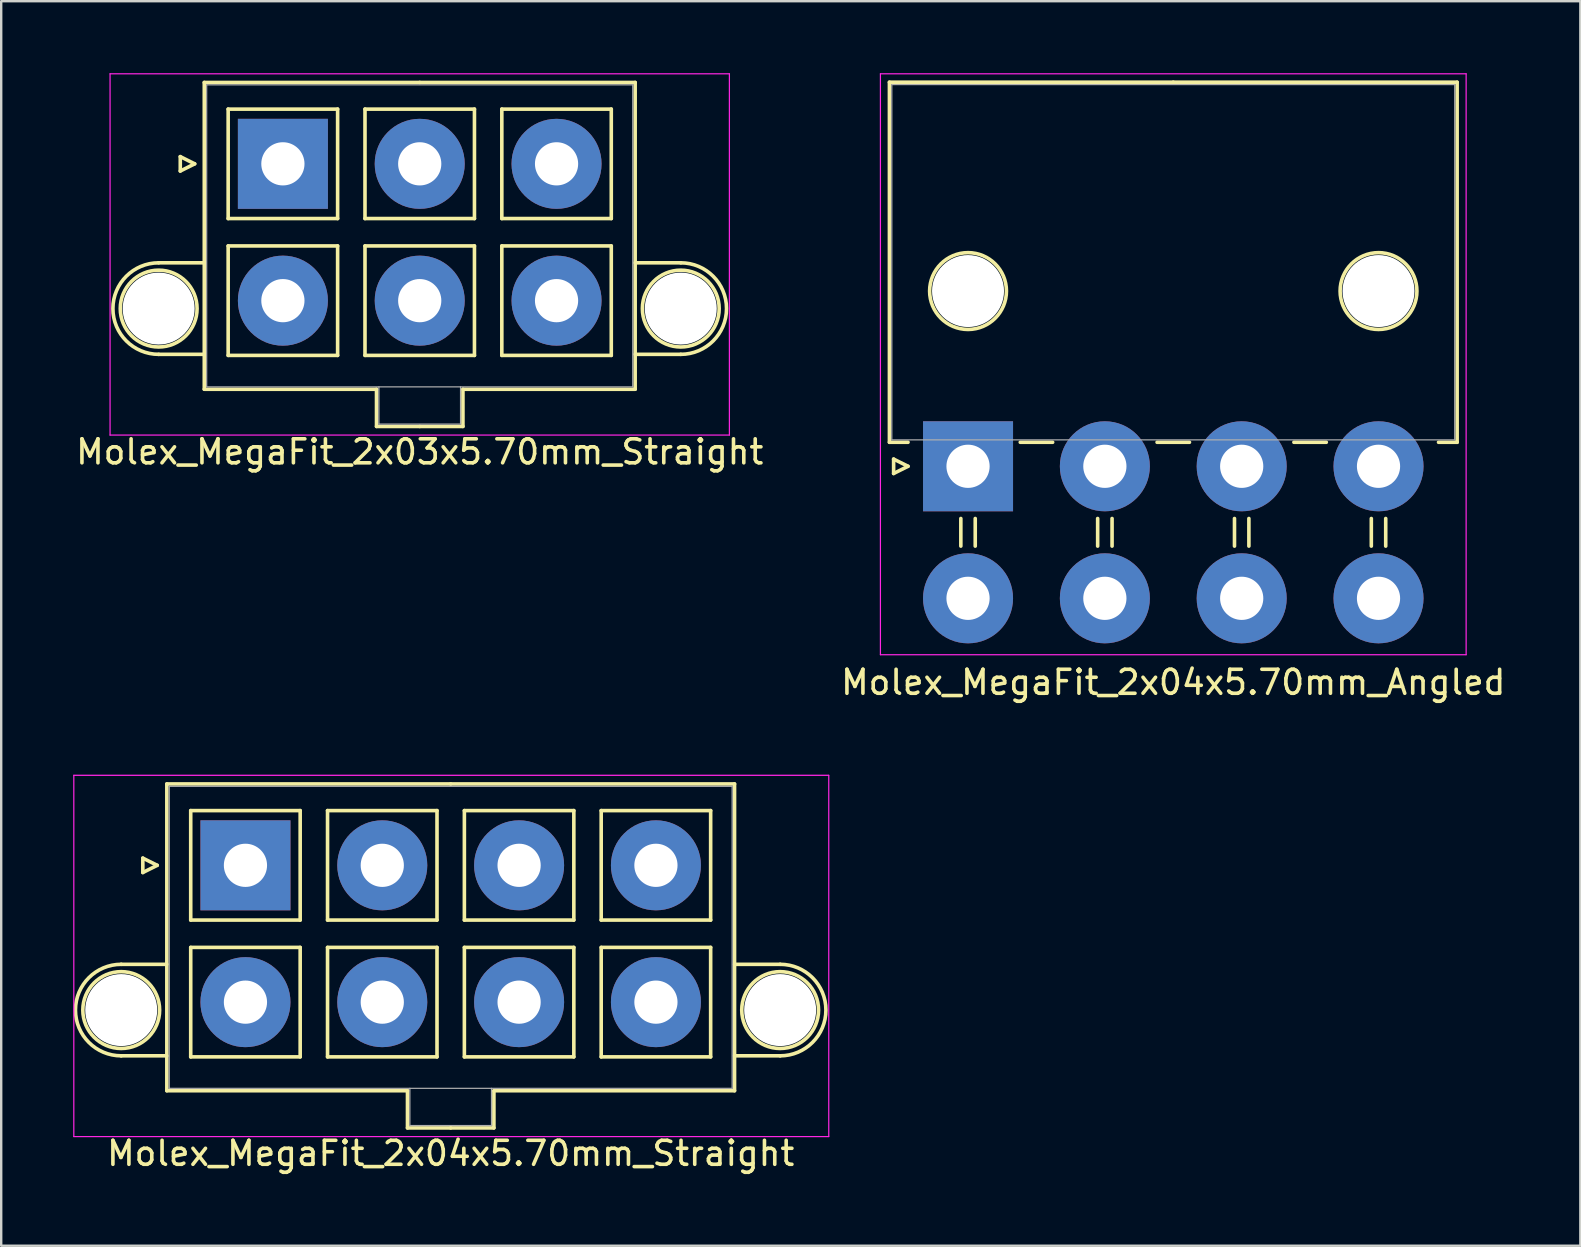
<source format=kicad_pcb>
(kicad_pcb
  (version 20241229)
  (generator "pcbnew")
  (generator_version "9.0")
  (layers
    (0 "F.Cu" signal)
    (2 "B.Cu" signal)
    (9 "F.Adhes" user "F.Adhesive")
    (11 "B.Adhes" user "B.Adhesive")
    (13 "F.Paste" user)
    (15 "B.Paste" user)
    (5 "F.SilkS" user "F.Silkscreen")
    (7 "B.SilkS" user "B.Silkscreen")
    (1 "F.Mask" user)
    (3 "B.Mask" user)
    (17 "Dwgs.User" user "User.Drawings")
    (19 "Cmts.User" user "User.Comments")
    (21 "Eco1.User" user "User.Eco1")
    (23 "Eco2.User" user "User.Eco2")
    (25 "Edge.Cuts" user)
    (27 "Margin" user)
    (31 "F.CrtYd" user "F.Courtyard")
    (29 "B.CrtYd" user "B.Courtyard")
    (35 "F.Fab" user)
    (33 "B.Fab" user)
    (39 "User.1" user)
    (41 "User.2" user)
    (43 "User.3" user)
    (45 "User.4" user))
  (footprint "Molex_MegaFit_2x04x5.70mm_Straight"
    (layer "F.Cu")
    (at 7.175 32.998)
    (property "Reference" "Molex_MegaFit_2x04x5.70mm_Straight" (at 8.55 12 0) (layer "F.SilkS") (effects (font (size 1 1) (thickness 0.15))))
    (attr through_hole)
    (fp_line (start -5.175 4.124) (end -3.275 4.124) (stroke (width 0.15) (type solid)) (layer "F.SilkS"))
    (fp_line (start -5.175 7.936) (end -3.275 7.936) (stroke (width 0.15) (type solid)) (layer "F.SilkS"))
    (fp_line (start -4.275 -0.3) (end -3.675 0) (stroke (width 0.15) (type solid)) (layer "F.SilkS"))
    (fp_line (start -4.275 0.3) (end -4.275 -0.3) (stroke (width 0.15) (type solid)) (layer "F.SilkS"))
    (fp_line (start -3.675 0) (end -4.275 0.3) (stroke (width 0.15) (type solid)) (layer "F.SilkS"))
    (fp_line (start -3.275 -3.39) (end -3.275 9.39) (stroke (width 0.15) (type solid)) (layer "F.SilkS"))
    (fp_line (start -3.275 9.39) (end 6.75 9.39) (stroke (width 0.15) (type solid)) (layer "F.SilkS"))
    (fp_line (start -2.28 -2.28) (end -2.28 2.28) (stroke (width 0.15) (type solid)) (layer "F.SilkS"))
    (fp_line (start -2.28 2.28) (end 2.28 2.28) (stroke (width 0.15) (type solid)) (layer "F.SilkS"))
    (fp_line (start -2.28 3.42) (end -2.28 7.98) (stroke (width 0.15) (type solid)) (layer "F.SilkS"))
    (fp_line (start -2.28 7.98) (end 2.28 7.98) (stroke (width 0.15) (type solid)) (layer "F.SilkS"))
    (fp_line (start 2.28 -2.28) (end -2.28 -2.28) (stroke (width 0.15) (type solid)) (layer "F.SilkS"))
    (fp_line (start 2.28 2.28) (end 2.28 -2.28) (stroke (width 0.15) (type solid)) (layer "F.SilkS"))
    (fp_line (start 2.28 3.42) (end -2.28 3.42) (stroke (width 0.15) (type solid)) (layer "F.SilkS"))
    (fp_line (start 2.28 7.98) (end 2.28 3.42) (stroke (width 0.15) (type solid)) (layer "F.SilkS"))
    (fp_line (start 3.42 -2.28) (end 3.42 2.28) (stroke (width 0.15) (type solid)) (layer "F.SilkS"))
    (fp_line (start 3.42 2.28) (end 7.98 2.28) (stroke (width 0.15) (type solid)) (layer "F.SilkS"))
    (fp_line (start 3.42 3.42) (end 3.42 7.98) (stroke (width 0.15) (type solid)) (layer "F.SilkS"))
    (fp_line (start 3.42 7.98) (end 7.98 7.98) (stroke (width 0.15) (type solid)) (layer "F.SilkS"))
    (fp_line (start 6.75 9.39) (end 6.75 10.94) (stroke (width 0.15) (type solid)) (layer "F.SilkS"))
    (fp_line (start 6.75 10.94) (end 8.55 10.94) (stroke (width 0.15) (type solid)) (layer "F.SilkS"))
    (fp_line (start 7.98 -2.28) (end 3.42 -2.28) (stroke (width 0.15) (type solid)) (layer "F.SilkS"))
    (fp_line (start 7.98 2.28) (end 7.98 -2.28) (stroke (width 0.15) (type solid)) (layer "F.SilkS"))
    (fp_line (start 7.98 3.42) (end 3.42 3.42) (stroke (width 0.15) (type solid)) (layer "F.SilkS"))
    (fp_line (start 7.98 7.98) (end 7.98 3.42) (stroke (width 0.15) (type solid)) (layer "F.SilkS"))
    (fp_line (start 8.55 -3.39) (end -3.275 -3.39) (stroke (width 0.15) (type solid)) (layer "F.SilkS"))
    (fp_line (start 8.55 -3.39) (end 20.375 -3.39) (stroke (width 0.15) (type solid)) (layer "F.SilkS"))
    (fp_line (start 9.12 -2.28) (end 9.12 2.28) (stroke (width 0.15) (type solid)) (layer "F.SilkS"))
    (fp_line (start 9.12 2.28) (end 13.68 2.28) (stroke (width 0.15) (type solid)) (layer "F.SilkS"))
    (fp_line (start 9.12 3.42) (end 9.12 7.98) (stroke (width 0.15) (type solid)) (layer "F.SilkS"))
    (fp_line (start 9.12 7.98) (end 13.68 7.98) (stroke (width 0.15) (type solid)) (layer "F.SilkS"))
    (fp_line (start 10.35 9.39) (end 10.35 10.94) (stroke (width 0.15) (type solid)) (layer "F.SilkS"))
    (fp_line (start 10.35 10.94) (end 8.55 10.94) (stroke (width 0.15) (type solid)) (layer "F.SilkS"))
    (fp_line (start 13.68 -2.28) (end 9.12 -2.28) (stroke (width 0.15) (type solid)) (layer "F.SilkS"))
    (fp_line (start 13.68 2.28) (end 13.68 -2.28) (stroke (width 0.15) (type solid)) (layer "F.SilkS"))
    (fp_line (start 13.68 3.42) (end 9.12 3.42) (stroke (width 0.15) (type solid)) (layer "F.SilkS"))
    (fp_line (start 13.68 7.98) (end 13.68 3.42) (stroke (width 0.15) (type solid)) (layer "F.SilkS"))
    (fp_line (start 14.82 -2.28) (end 14.82 2.28) (stroke (width 0.15) (type solid)) (layer "F.SilkS"))
    (fp_line (start 14.82 2.28) (end 19.38 2.28) (stroke (width 0.15) (type solid)) (layer "F.SilkS"))
    (fp_line (start 14.82 3.42) (end 14.82 7.98) (stroke (width 0.15) (type solid)) (layer "F.SilkS"))
    (fp_line (start 14.82 7.98) (end 19.38 7.98) (stroke (width 0.15) (type solid)) (layer "F.SilkS"))
    (fp_line (start 19.38 -2.28) (end 14.82 -2.28) (stroke (width 0.15) (type solid)) (layer "F.SilkS"))
    (fp_line (start 19.38 2.28) (end 19.38 -2.28) (stroke (width 0.15) (type solid)) (layer "F.SilkS"))
    (fp_line (start 19.38 3.42) (end 14.82 3.42) (stroke (width 0.15) (type solid)) (layer "F.SilkS"))
    (fp_line (start 19.38 7.98) (end 19.38 3.42) (stroke (width 0.15) (type solid)) (layer "F.SilkS"))
    (fp_line (start 20.375 -3.39) (end 20.375 9.39) (stroke (width 0.15) (type solid)) (layer "F.SilkS"))
    (fp_line (start 20.375 9.39) (end 10.35 9.39) (stroke (width 0.15) (type solid)) (layer "F.SilkS"))
    (fp_line (start 22.275 4.124) (end 20.375 4.124) (stroke (width 0.15) (type solid)) (layer "F.SilkS"))
    (fp_line (start 22.275 7.936) (end 20.375 7.936) (stroke (width 0.15) (type solid)) (layer "F.SilkS"))
    (fp_arc (start -5.175 7.93625) (mid -7.08125 6.03) (end -5.175 4.12375) (stroke (width 0.15) (type solid)) (layer "F.SilkS"))
    (fp_arc (start 22.275 4.12375) (mid 24.18125 6.03) (end 22.275 7.93625) (stroke (width 0.15) (type solid)) (layer "F.SilkS"))
    (fp_circle (center -5.175 6.03) (end -3.575 6.03) (stroke (width 0.15) (type solid)) (fill no) (layer "F.SilkS"))
    (fp_circle (center 22.275 6.03) (end 23.875 6.03) (stroke (width 0.15) (type solid)) (fill no) (layer "F.SilkS"))
    (fp_line (start -7.15 -3.75) (end -7.15 11.3) (stroke (width 0.05) (type solid)) (layer "F.CrtYd"))
    (fp_line (start -7.15 11.3) (end 24.3 11.3) (stroke (width 0.05) (type solid)) (layer "F.CrtYd"))
    (fp_line (start 24.3 -3.75) (end -7.15 -3.75) (stroke (width 0.05) (type solid)) (layer "F.CrtYd"))
    (fp_line (start 24.3 11.3) (end 24.3 -3.75) (stroke (width 0.05) (type solid)) (layer "F.CrtYd"))
    (fp_line (start -3.175 -3.29) (end -3.175 9.29) (stroke (width 0.05) (type solid)) (layer "F.Fab"))
    (fp_line (start -3.175 9.29) (end 20.275 9.29) (stroke (width 0.05) (type solid)) (layer "F.Fab"))
    (fp_line (start 6.85 9.29) (end 6.85 10.84) (stroke (width 0.05) (type solid)) (layer "F.Fab"))
    (fp_line (start 6.85 10.84) (end 10.25 10.84) (stroke (width 0.05) (type solid)) (layer "F.Fab"))
    (fp_line (start 10.25 10.84) (end 10.25 9.29) (stroke (width 0.05) (type solid)) (layer "F.Fab"))
    (fp_line (start 20.275 -3.29) (end -3.175 -3.29) (stroke (width 0.05) (type solid)) (layer "F.Fab"))
    (fp_line (start 20.275 9.29) (end 20.275 -3.29) (stroke (width 0.05) (type solid)) (layer "F.Fab"))
    (pad "" np_thru_hole circle (at -5.175 6.03) (size 3 3) (drill 3) (layers "*.Cu"))
    (pad "" np_thru_hole circle (at 22.275 6.03) (size 3 3) (drill 3) (layers "*.Cu"))
    (pad "1" thru_hole rect (at 0 0) (size 3.75 3.75) (drill 1.8) (layers "*.Cu" "*.Mask"))
    (pad "2" thru_hole circle (at 5.7 0) (size 3.75 3.75) (drill 1.8) (layers "*.Cu" "*.Mask"))
    (pad "3" thru_hole circle (at 11.4 0) (size 3.75 3.75) (drill 1.8) (layers "*.Cu" "*.Mask"))
    (pad "4" thru_hole circle (at 17.1 0) (size 3.75 3.75) (drill 1.8) (layers "*.Cu" "*.Mask"))
    (pad "5" thru_hole circle (at 0 5.7) (size 3.75 3.75) (drill 1.8) (layers "*.Cu" "*.Mask"))
    (pad "6" thru_hole circle (at 5.7 5.7) (size 3.75 3.75) (drill 1.8) (layers "*.Cu" "*.Mask"))
    (pad "7" thru_hole circle (at 11.4 5.7) (size 3.75 3.75) (drill 1.8) (layers "*.Cu" "*.Mask"))
    (pad "8" thru_hole circle (at 17.1 5.7) (size 3.75 3.75) (drill 1.8) (layers "*.Cu" "*.Mask")))
  (footprint "Molex_MegaFit_2x03x5.70mm_Straight"
    (layer "F.Cu")
    (at 8.735 3.775)
    (property "Reference" "Molex_MegaFit_2x03x5.70mm_Straight" (at 5.7 12 0) (layer "F.SilkS") (effects (font (size 1 1) (thickness 0.15))))
    (attr through_hole)
    (fp_line (start -5.175 4.124) (end -3.275 4.124) (stroke (width 0.15) (type solid)) (layer "F.SilkS"))
    (fp_line (start -5.175 7.936) (end -3.275 7.936) (stroke (width 0.15) (type solid)) (layer "F.SilkS"))
    (fp_line (start -4.275 -0.3) (end -3.675 0) (stroke (width 0.15) (type solid)) (layer "F.SilkS"))
    (fp_line (start -4.275 0.3) (end -4.275 -0.3) (stroke (width 0.15) (type solid)) (layer "F.SilkS"))
    (fp_line (start -3.675 0) (end -4.275 0.3) (stroke (width 0.15) (type solid)) (layer "F.SilkS"))
    (fp_line (start -3.275 -3.39) (end -3.275 9.39) (stroke (width 0.15) (type solid)) (layer "F.SilkS"))
    (fp_line (start -3.275 9.39) (end 3.9 9.39) (stroke (width 0.15) (type solid)) (layer "F.SilkS"))
    (fp_line (start -2.28 -2.28) (end -2.28 2.28) (stroke (width 0.15) (type solid)) (layer "F.SilkS"))
    (fp_line (start -2.28 2.28) (end 2.28 2.28) (stroke (width 0.15) (type solid)) (layer "F.SilkS"))
    (fp_line (start -2.28 3.42) (end -2.28 7.98) (stroke (width 0.15) (type solid)) (layer "F.SilkS"))
    (fp_line (start -2.28 7.98) (end 2.28 7.98) (stroke (width 0.15) (type solid)) (layer "F.SilkS"))
    (fp_line (start 2.28 -2.28) (end -2.28 -2.28) (stroke (width 0.15) (type solid)) (layer "F.SilkS"))
    (fp_line (start 2.28 2.28) (end 2.28 -2.28) (stroke (width 0.15) (type solid)) (layer "F.SilkS"))
    (fp_line (start 2.28 3.42) (end -2.28 3.42) (stroke (width 0.15) (type solid)) (layer "F.SilkS"))
    (fp_line (start 2.28 7.98) (end 2.28 3.42) (stroke (width 0.15) (type solid)) (layer "F.SilkS"))
    (fp_line (start 3.42 -2.28) (end 3.42 2.28) (stroke (width 0.15) (type solid)) (layer "F.SilkS"))
    (fp_line (start 3.42 2.28) (end 7.98 2.28) (stroke (width 0.15) (type solid)) (layer "F.SilkS"))
    (fp_line (start 3.42 3.42) (end 3.42 7.98) (stroke (width 0.15) (type solid)) (layer "F.SilkS"))
    (fp_line (start 3.42 7.98) (end 7.98 7.98) (stroke (width 0.15) (type solid)) (layer "F.SilkS"))
    (fp_line (start 3.9 9.39) (end 3.9 10.94) (stroke (width 0.15) (type solid)) (layer "F.SilkS"))
    (fp_line (start 3.9 10.94) (end 5.7 10.94) (stroke (width 0.15) (type solid)) (layer "F.SilkS"))
    (fp_line (start 5.7 -3.39) (end -3.275 -3.39) (stroke (width 0.15) (type solid)) (layer "F.SilkS"))
    (fp_line (start 5.7 -3.39) (end 14.675 -3.39) (stroke (width 0.15) (type solid)) (layer "F.SilkS"))
    (fp_line (start 7.5 9.39) (end 7.5 10.94) (stroke (width 0.15) (type solid)) (layer "F.SilkS"))
    (fp_line (start 7.5 10.94) (end 5.7 10.94) (stroke (width 0.15) (type solid)) (layer "F.SilkS"))
    (fp_line (start 7.98 -2.28) (end 3.42 -2.28) (stroke (width 0.15) (type solid)) (layer "F.SilkS"))
    (fp_line (start 7.98 2.28) (end 7.98 -2.28) (stroke (width 0.15) (type solid)) (layer "F.SilkS"))
    (fp_line (start 7.98 3.42) (end 3.42 3.42) (stroke (width 0.15) (type solid)) (layer "F.SilkS"))
    (fp_line (start 7.98 7.98) (end 7.98 3.42) (stroke (width 0.15) (type solid)) (layer "F.SilkS"))
    (fp_line (start 9.12 -2.28) (end 9.12 2.28) (stroke (width 0.15) (type solid)) (layer "F.SilkS"))
    (fp_line (start 9.12 2.28) (end 13.68 2.28) (stroke (width 0.15) (type solid)) (layer "F.SilkS"))
    (fp_line (start 9.12 3.42) (end 9.12 7.98) (stroke (width 0.15) (type solid)) (layer "F.SilkS"))
    (fp_line (start 9.12 7.98) (end 13.68 7.98) (stroke (width 0.15) (type solid)) (layer "F.SilkS"))
    (fp_line (start 13.68 -2.28) (end 9.12 -2.28) (stroke (width 0.15) (type solid)) (layer "F.SilkS"))
    (fp_line (start 13.68 2.28) (end 13.68 -2.28) (stroke (width 0.15) (type solid)) (layer "F.SilkS"))
    (fp_line (start 13.68 3.42) (end 9.12 3.42) (stroke (width 0.15) (type solid)) (layer "F.SilkS"))
    (fp_line (start 13.68 7.98) (end 13.68 3.42) (stroke (width 0.15) (type solid)) (layer "F.SilkS"))
    (fp_line (start 14.675 -3.39) (end 14.675 9.39) (stroke (width 0.15) (type solid)) (layer "F.SilkS"))
    (fp_line (start 14.675 9.39) (end 7.5 9.39) (stroke (width 0.15) (type solid)) (layer "F.SilkS"))
    (fp_line (start 16.575 4.124) (end 14.675 4.124) (stroke (width 0.15) (type solid)) (layer "F.SilkS"))
    (fp_line (start 16.575 7.936) (end 14.675 7.936) (stroke (width 0.15) (type solid)) (layer "F.SilkS"))
    (fp_arc (start -5.175 7.93625) (mid -7.08125 6.03) (end -5.175 4.12375) (stroke (width 0.15) (type solid)) (layer "F.SilkS"))
    (fp_arc (start 16.575 4.12375) (mid 18.48125 6.03) (end 16.575 7.93625) (stroke (width 0.15) (type solid)) (layer "F.SilkS"))
    (fp_circle (center -5.175 6.03) (end -3.575 6.03) (stroke (width 0.15) (type solid)) (fill no) (layer "F.SilkS"))
    (fp_circle (center 16.575 6.03) (end 18.175 6.03) (stroke (width 0.15) (type solid)) (fill no) (layer "F.SilkS"))
    (fp_line (start -7.2 -3.75) (end -7.2 11.3) (stroke (width 0.05) (type solid)) (layer "F.CrtYd"))
    (fp_line (start -7.2 11.3) (end 18.6 11.3) (stroke (width 0.05) (type solid)) (layer "F.CrtYd"))
    (fp_line (start 18.6 -3.75) (end -7.2 -3.75) (stroke (width 0.05) (type solid)) (layer "F.CrtYd"))
    (fp_line (start 18.6 11.3) (end 18.6 -3.75) (stroke (width 0.05) (type solid)) (layer "F.CrtYd"))
    (fp_line (start -3.175 -3.29) (end -3.175 9.29) (stroke (width 0.05) (type solid)) (layer "F.Fab"))
    (fp_line (start -3.175 9.29) (end 14.575 9.29) (stroke (width 0.05) (type solid)) (layer "F.Fab"))
    (fp_line (start 4 9.29) (end 4 10.84) (stroke (width 0.05) (type solid)) (layer "F.Fab"))
    (fp_line (start 4 10.84) (end 7.4 10.84) (stroke (width 0.05) (type solid)) (layer "F.Fab"))
    (fp_line (start 7.4 10.84) (end 7.4 9.29) (stroke (width 0.05) (type solid)) (layer "F.Fab"))
    (fp_line (start 14.575 -3.29) (end -3.175 -3.29) (stroke (width 0.05) (type solid)) (layer "F.Fab"))
    (fp_line (start 14.575 9.29) (end 14.575 -3.29) (stroke (width 0.05) (type solid)) (layer "F.Fab"))
    (pad "" np_thru_hole circle (at -5.175 6.03) (size 3 3) (drill 3) (layers "*.Cu"))
    (pad "" np_thru_hole circle (at 16.575 6.03) (size 3 3) (drill 3) (layers "*.Cu"))
    (pad "1" thru_hole rect (at 0 0) (size 3.75 3.75) (drill 1.8) (layers "*.Cu" "*.Mask"))
    (pad "2" thru_hole circle (at 5.7 0) (size 3.75 3.75) (drill 1.8) (layers "*.Cu" "*.Mask"))
    (pad "3" thru_hole circle (at 11.4 0) (size 3.75 3.75) (drill 1.8) (layers "*.Cu" "*.Mask"))
    (pad "4" thru_hole circle (at 0 5.7) (size 3.75 3.75) (drill 1.8) (layers "*.Cu" "*.Mask"))
    (pad "5" thru_hole circle (at 5.7 5.7) (size 3.75 3.75) (drill 1.8) (layers "*.Cu" "*.Mask"))
    (pad "6" thru_hole circle (at 11.4 5.7) (size 3.75 3.75) (drill 1.8) (layers "*.Cu" "*.Mask")))
  (footprint "Molex_MegaFit_2x04x5.70mm_Angled"
    (layer "F.Cu")
    (at 37.277 16.375)
    (property "Reference" "Molex_MegaFit_2x04x5.70mm_Angled" (at 8.55 9 0) (layer "F.SilkS") (effects (font (size 1 1) (thickness 0.15))))
    (attr through_hole)
    (fp_line (start -3.275 -16) (end -3.275 -1) (stroke (width 0.15) (type solid)) (layer "F.SilkS"))
    (fp_line (start -3.275 -1) (end -2.5 -1) (stroke (width 0.15) (type solid)) (layer "F.SilkS"))
    (fp_line (start -3.1 -0.3) (end -2.5 0) (stroke (width 0.15) (type solid)) (layer "F.SilkS"))
    (fp_line (start -3.1 0.3) (end -3.1 -0.3) (stroke (width 0.15) (type solid)) (layer "F.SilkS"))
    (fp_line (start -2.5 0) (end -3.1 0.3) (stroke (width 0.15) (type solid)) (layer "F.SilkS"))
    (fp_line (start -0.3 2.175) (end -0.3 3.325) (stroke (width 0.15) (type solid)) (layer "F.SilkS"))
    (fp_line (start 0.3 2.175) (end 0.3 3.325) (stroke (width 0.15) (type solid)) (layer "F.SilkS"))
    (fp_line (start 2.175 -1) (end 3.525 -1) (stroke (width 0.15) (type solid)) (layer "F.SilkS"))
    (fp_line (start 5.4 2.175) (end 5.4 3.325) (stroke (width 0.15) (type solid)) (layer "F.SilkS"))
    (fp_line (start 6 2.175) (end 6 3.325) (stroke (width 0.15) (type solid)) (layer "F.SilkS"))
    (fp_line (start 7.875 -1) (end 9.225 -1) (stroke (width 0.15) (type solid)) (layer "F.SilkS"))
    (fp_line (start 8.55 -16) (end -3.275 -16) (stroke (width 0.15) (type solid)) (layer "F.SilkS"))
    (fp_line (start 8.55 -16) (end 20.375 -16) (stroke (width 0.15) (type solid)) (layer "F.SilkS"))
    (fp_line (start 11.1 2.175) (end 11.1 3.325) (stroke (width 0.15) (type solid)) (layer "F.SilkS"))
    (fp_line (start 11.7 2.175) (end 11.7 3.325) (stroke (width 0.15) (type solid)) (layer "F.SilkS"))
    (fp_line (start 13.575 -1) (end 14.925 -1) (stroke (width 0.15) (type solid)) (layer "F.SilkS"))
    (fp_line (start 16.8 2.175) (end 16.8 3.325) (stroke (width 0.15) (type solid)) (layer "F.SilkS"))
    (fp_line (start 17.4 2.175) (end 17.4 3.325) (stroke (width 0.15) (type solid)) (layer "F.SilkS"))
    (fp_line (start 20.375 -16) (end 20.375 -1) (stroke (width 0.15) (type solid)) (layer "F.SilkS"))
    (fp_line (start 20.375 -1) (end 19.6 -1) (stroke (width 0.15) (type solid)) (layer "F.SilkS"))
    (fp_circle (center 0 -7.3) (end 1.6 -7.3) (stroke (width 0.15) (type solid)) (fill no) (layer "F.SilkS"))
    (fp_circle (center 17.1 -7.3) (end 18.7 -7.3) (stroke (width 0.15) (type solid)) (fill no) (layer "F.SilkS"))
    (fp_line (start -3.65 -16.35) (end -3.65 7.85) (stroke (width 0.05) (type solid)) (layer "F.CrtYd"))
    (fp_line (start -3.65 7.85) (end 20.75 7.85) (stroke (width 0.05) (type solid)) (layer "F.CrtYd"))
    (fp_line (start 20.75 -16.35) (end -3.65 -16.35) (stroke (width 0.05) (type solid)) (layer "F.CrtYd"))
    (fp_line (start 20.75 7.85) (end 20.75 -16.35) (stroke (width 0.05) (type solid)) (layer "F.CrtYd"))
    (fp_line (start -3.175 -15.9) (end -3.175 -1.1) (stroke (width 0.05) (type solid)) (layer "F.Fab"))
    (fp_line (start -3.175 -1.1) (end 20.275 -1.1) (stroke (width 0.05) (type solid)) (layer "F.Fab"))
    (fp_line (start 20.275 -15.9) (end -3.175 -15.9) (stroke (width 0.05) (type solid)) (layer "F.Fab"))
    (fp_line (start 20.275 -1.1) (end 20.275 -15.9) (stroke (width 0.05) (type solid)) (layer "F.Fab"))
    (pad "" np_thru_hole circle (at 0 -7.3) (size 3 3) (drill 3) (layers "*.Cu"))
    (pad "" np_thru_hole circle (at 17.1 -7.3) (size 3 3) (drill 3) (layers "*.Cu"))
    (pad "1" thru_hole rect (at 0 0) (size 3.75 3.75) (drill 1.8) (layers "*.Cu" "*.Mask"))
    (pad "2" thru_hole circle (at 5.7 0) (size 3.75 3.75) (drill 1.8) (layers "*.Cu" "*.Mask"))
    (pad "3" thru_hole circle (at 11.4 0) (size 3.75 3.75) (drill 1.8) (layers "*.Cu" "*.Mask"))
    (pad "4" thru_hole circle (at 17.1 0) (size 3.75 3.75) (drill 1.8) (layers "*.Cu" "*.Mask"))
    (pad "5" thru_hole circle (at 0 5.5) (size 3.75 3.75) (drill 1.8) (layers "*.Cu" "*.Mask"))
    (pad "6" thru_hole circle (at 5.7 5.5) (size 3.75 3.75) (drill 1.8) (layers "*.Cu" "*.Mask"))
    (pad "7" thru_hole circle (at 11.4 5.5) (size 3.75 3.75) (drill 1.8) (layers "*.Cu" "*.Mask"))
    (pad "8" thru_hole circle (at 17.1 5.5) (size 3.75 3.75) (drill 1.8) (layers "*.Cu" "*.Mask")))
  (gr_rect
    (start -3 -3)
    (end 62.786 48.846)
    (stroke (width 0.1) (type default))
    (fill no)
    (layer "Edge.Cuts")))
</source>
